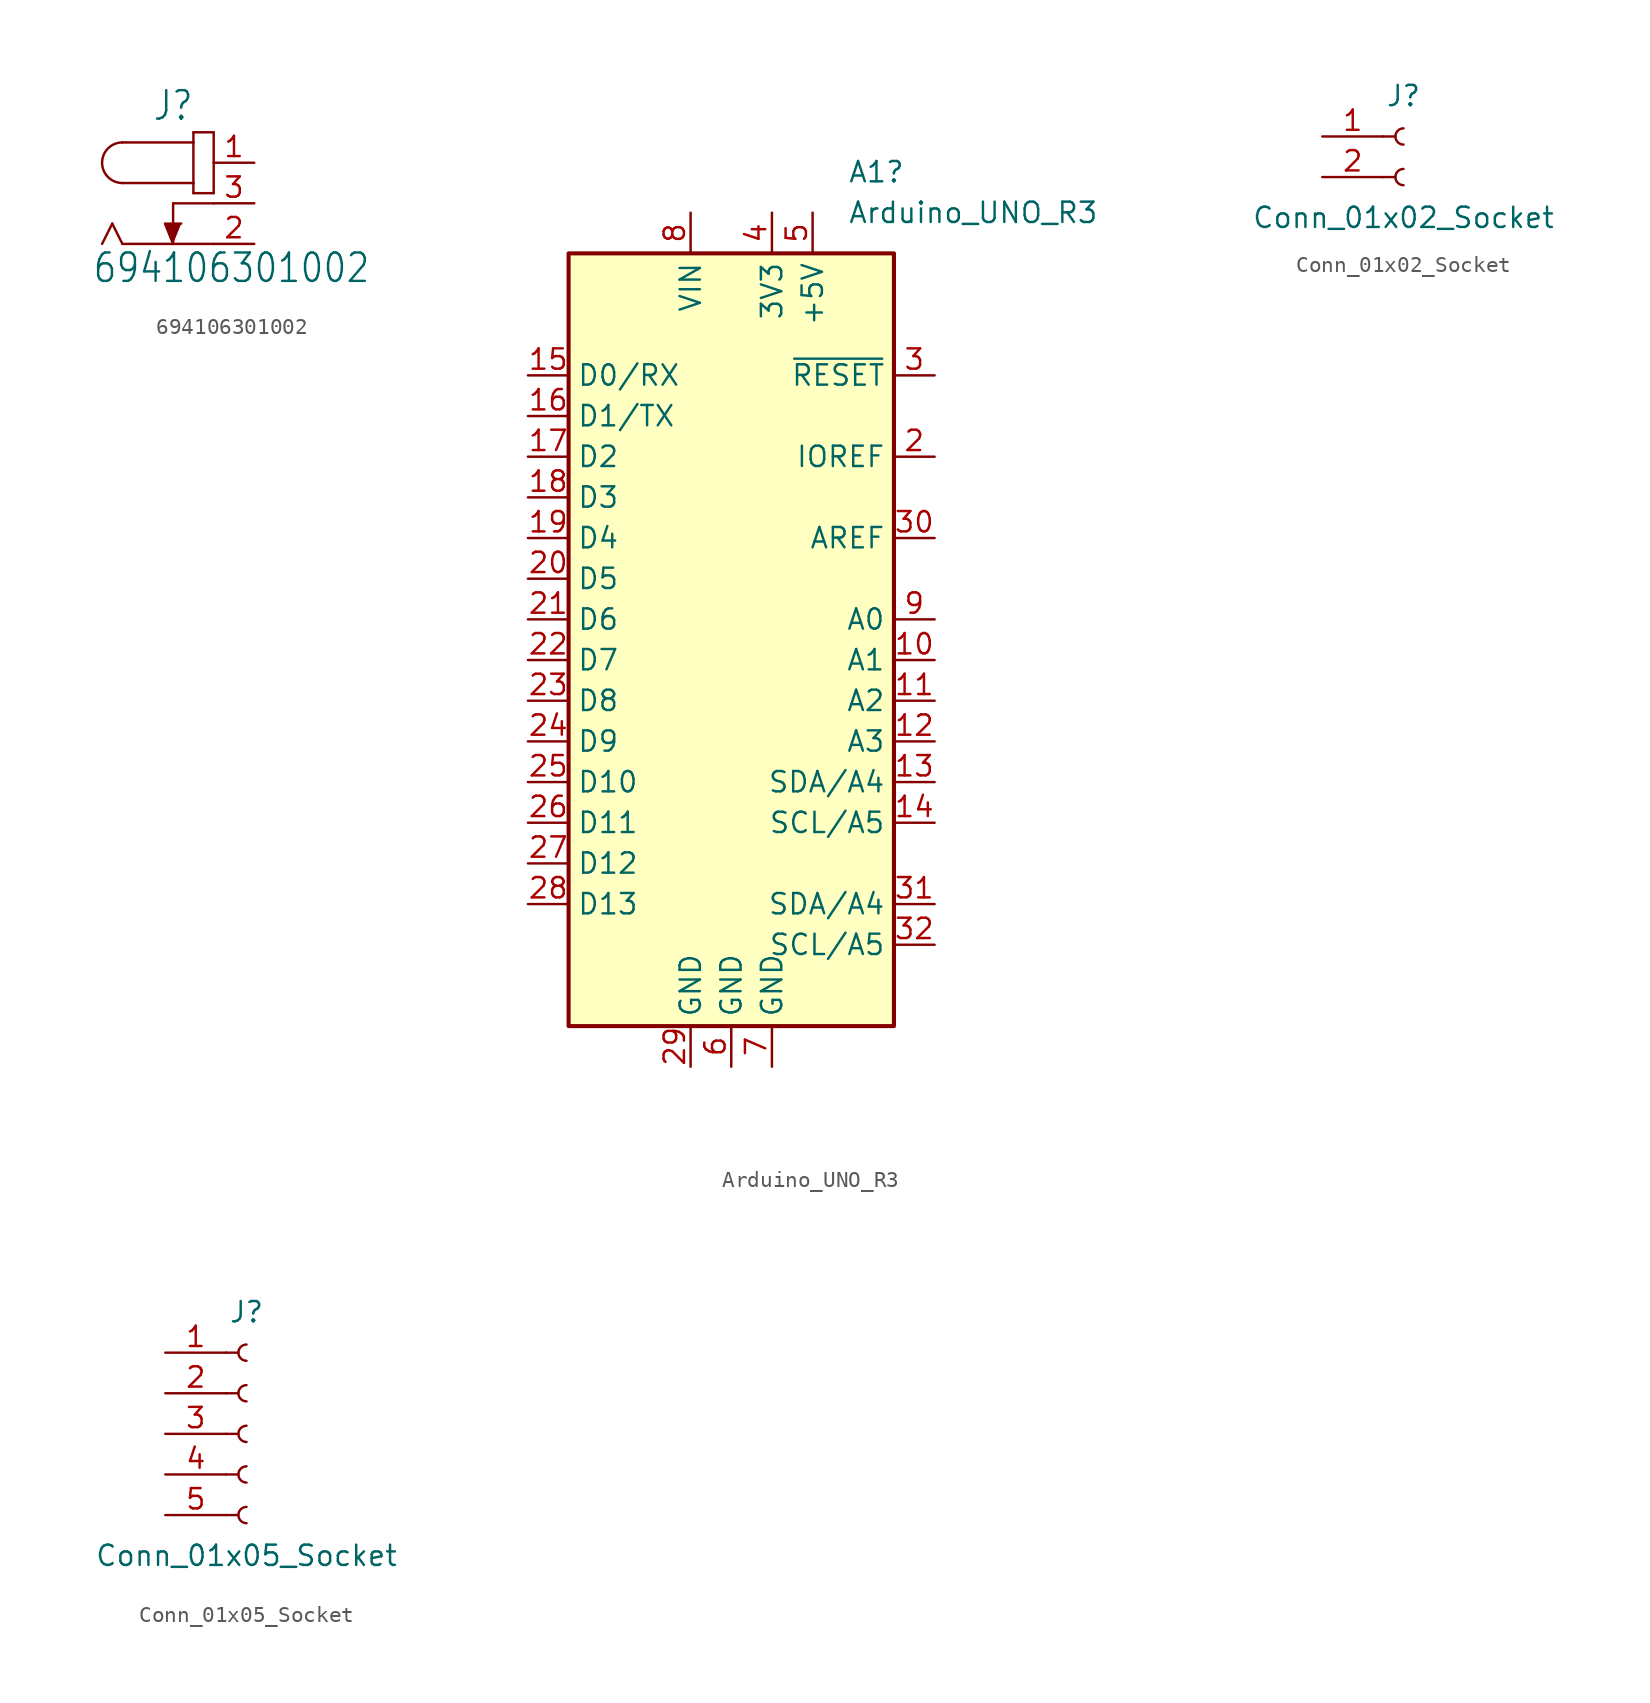
<source format=kicad_sym>
(kicad_symbol_lib
  (version 20231120)
  (generator "kicad_symbol_editor")
  (generator_version "8.0")
  (symbol "694106301002"
    (property "Reference" "J"
      (at 0 2.54 0)
      (effects (font (size 1.778 1.511)) (justify bottom)))
    (property "Value" "694106301002"
      (at -5.08 -7.62 0)
      (effects (font (size 1.778 1.511)) (justify left bottom)))
    (symbol "694106301002_1_0"
      (arc (start -3.175 1.27) (mid -4.445 0) (end -3.175 -1.27) (stroke (width 0.1524) (type solid)) (fill (type none)))
      (polyline (pts (xy -3.81 -3.81) (xy -4.445 -5.08)) (stroke (width 0.152) (type solid)) (fill (type none)))
      (polyline (pts (xy -3.175 -5.08) (xy -3.81 -3.81)) (stroke (width 0.152) (type solid)) (fill (type none)))
      (polyline (pts (xy -3.175 1.27) (xy 1.27 1.27)) (stroke (width 0.152) (type solid)) (fill (type none)))
      (polyline (pts (xy 0 -5.08) (xy -3.175 -5.08)) (stroke (width 0.152) (type solid)) (fill (type none)))
      (polyline (pts (xy 0 -2.54) (xy 0 -5.08)) (stroke (width 0.152) (type solid)) (fill (type none)))
      (polyline (pts (xy 0 -2.54) (xy 2.54 -2.54)) (stroke (width 0.152) (type solid)) (fill (type none)))
      (polyline (pts (xy 1.27 -1.905) (xy 2.54 -1.905)) (stroke (width 0.152) (type solid)) (fill (type none)))
      (polyline (pts (xy 1.27 -1.27) (xy -3.175 -1.27)) (stroke (width 0.152) (type solid)) (fill (type none)))
      (polyline (pts (xy 1.27 -1.27) (xy 1.27 -1.905)) (stroke (width 0.152) (type solid)) (fill (type none)))
      (polyline (pts (xy 1.27 1.27) (xy 1.27 -1.27)) (stroke (width 0.152) (type solid)) (fill (type none)))
      (polyline (pts (xy 1.27 1.905) (xy 1.27 1.27)) (stroke (width 0.152) (type solid)) (fill (type none)))
      (polyline (pts (xy 2.54 -5.08) (xy 0 -5.08)) (stroke (width 0.152) (type solid)) (fill (type none)))
      (polyline (pts (xy 2.54 -1.905) (xy 2.54 1.905)) (stroke (width 0.152) (type solid)) (fill (type none)))
      (polyline (pts (xy 2.54 1.905) (xy 1.27 1.905)) (stroke (width 0.152) (type solid)) (fill (type none)))
      (polyline (pts (xy 0 -5.08) (xy -0.508 -3.81) (xy 0.508 -3.81)) (stroke (width 0.152) (type solid)) (fill (type outline)))
      (pin passive line (at 5.08 0 180) (length 2.54) (name "1" (effects (font (size 0 0)))) (number "1" (effects (font (size 1.27 1.27)))))
      (pin passive line (at 5.08 -5.08 180) (length 2.54) (name "2" (effects (font (size 0 0)))) (number "2" (effects (font (size 1.27 1.27)))))
      (pin passive line (at 5.08 -2.54 180) (length 2.54) (name "3" (effects (font (size 0 0)))) (number "3" (effects (font (size 1.27 1.27)))))))
  (symbol "Arduino_UNO_R3"
    (property "Reference" "A1"
      (at 7.274 27.94 0)
      (effects (font (size 1.27 1.27)) (justify left)))
    (property "Value" "Arduino_UNO_R3"
      (at 7.274 25.4 0)
      (effects (font (size 1.27 1.27)) (justify left)))
    (symbol "Arduino_UNO_R3_0_1"
      (rectangle (start -10.16 22.86) (end 10.16 -25.4) (stroke (width 0.254) (type default)) (fill (type background))))
    (symbol "Arduino_UNO_R3_1_1"
      (pin no_connect line (at -10.16 -20.32 0) (length 2.54) hide (name "NC" (effects (font (size 1.27 1.27)))) (number "1" (effects (font (size 1.27 1.27)))))
      (pin bidirectional line (at 12.7 -2.54 180) (length 2.54) (name "A1" (effects (font (size 1.27 1.27)))) (number "10" (effects (font (size 1.27 1.27)))))
      (pin bidirectional line (at 12.7 -5.08 180) (length 2.54) (name "A2" (effects (font (size 1.27 1.27)))) (number "11" (effects (font (size 1.27 1.27)))))
      (pin bidirectional line (at 12.7 -7.62 180) (length 2.54) (name "A3" (effects (font (size 1.27 1.27)))) (number "12" (effects (font (size 1.27 1.27)))))
      (pin bidirectional line (at 12.7 -10.16 180) (length 2.54) (name "SDA/A4" (effects (font (size 1.27 1.27)))) (number "13" (effects (font (size 1.27 1.27)))))
      (pin bidirectional line (at 12.7 -12.7 180) (length 2.54) (name "SCL/A5" (effects (font (size 1.27 1.27)))) (number "14" (effects (font (size 1.27 1.27)))))
      (pin bidirectional line (at -12.7 15.24 0) (length 2.54) (name "D0/RX" (effects (font (size 1.27 1.27)))) (number "15" (effects (font (size 1.27 1.27)))))
      (pin bidirectional line (at -12.7 12.7 0) (length 2.54) (name "D1/TX" (effects (font (size 1.27 1.27)))) (number "16" (effects (font (size 1.27 1.27)))))
      (pin bidirectional line (at -12.7 10.16 0) (length 2.54) (name "D2" (effects (font (size 1.27 1.27)))) (number "17" (effects (font (size 1.27 1.27)))))
      (pin bidirectional line (at -12.7 7.62 0) (length 2.54) (name "D3" (effects (font (size 1.27 1.27)))) (number "18" (effects (font (size 1.27 1.27)))))
      (pin bidirectional line (at -12.7 5.08 0) (length 2.54) (name "D4" (effects (font (size 1.27 1.27)))) (number "19" (effects (font (size 1.27 1.27)))))
      (pin output line (at 12.7 10.16 180) (length 2.54) (name "IOREF" (effects (font (size 1.27 1.27)))) (number "2" (effects (font (size 1.27 1.27)))))
      (pin bidirectional line (at -12.7 2.54 0) (length 2.54) (name "D5" (effects (font (size 1.27 1.27)))) (number "20" (effects (font (size 1.27 1.27)))))
      (pin bidirectional line (at -12.7 0 0) (length 2.54) (name "D6" (effects (font (size 1.27 1.27)))) (number "21" (effects (font (size 1.27 1.27)))))
      (pin bidirectional line (at -12.7 -2.54 0) (length 2.54) (name "D7" (effects (font (size 1.27 1.27)))) (number "22" (effects (font (size 1.27 1.27)))))
      (pin bidirectional line (at -12.7 -5.08 0) (length 2.54) (name "D8" (effects (font (size 1.27 1.27)))) (number "23" (effects (font (size 1.27 1.27)))))
      (pin bidirectional line (at -12.7 -7.62 0) (length 2.54) (name "D9" (effects (font (size 1.27 1.27)))) (number "24" (effects (font (size 1.27 1.27)))))
      (pin bidirectional line (at -12.7 -10.16 0) (length 2.54) (name "D10" (effects (font (size 1.27 1.27)))) (number "25" (effects (font (size 1.27 1.27)))))
      (pin bidirectional line (at -12.7 -12.7 0) (length 2.54) (name "D11" (effects (font (size 1.27 1.27)))) (number "26" (effects (font (size 1.27 1.27)))))
      (pin bidirectional line (at -12.7 -15.24 0) (length 2.54) (name "D12" (effects (font (size 1.27 1.27)))) (number "27" (effects (font (size 1.27 1.27)))))
      (pin bidirectional line (at -12.7 -17.78 0) (length 2.54) (name "D13" (effects (font (size 1.27 1.27)))) (number "28" (effects (font (size 1.27 1.27)))))
      (pin power_in line (at -2.54 -27.94 90) (length 2.54) (name "GND" (effects (font (size 1.27 1.27)))) (number "29" (effects (font (size 1.27 1.27)))))
      (pin input line (at 12.7 15.24 180) (length 2.54) (name "~{RESET}" (effects (font (size 1.27 1.27)))) (number "3" (effects (font (size 1.27 1.27)))))
      (pin input line (at 12.7 5.08 180) (length 2.54) (name "AREF" (effects (font (size 1.27 1.27)))) (number "30" (effects (font (size 1.27 1.27)))))
      (pin bidirectional line (at 12.7 -17.78 180) (length 2.54) (name "SDA/A4" (effects (font (size 1.27 1.27)))) (number "31" (effects (font (size 1.27 1.27)))))
      (pin bidirectional line (at 12.7 -20.32 180) (length 2.54) (name "SCL/A5" (effects (font (size 1.27 1.27)))) (number "32" (effects (font (size 1.27 1.27)))))
      (pin power_out line (at 2.54 25.4 270) (length 2.54) (name "3V3" (effects (font (size 1.27 1.27)))) (number "4" (effects (font (size 1.27 1.27)))))
      (pin power_out line (at 5.08 25.4 270) (length 2.54) (name "+5V" (effects (font (size 1.27 1.27)))) (number "5" (effects (font (size 1.27 1.27)))))
      (pin power_in line (at 0 -27.94 90) (length 2.54) (name "GND" (effects (font (size 1.27 1.27)))) (number "6" (effects (font (size 1.27 1.27)))))
      (pin power_in line (at 2.54 -27.94 90) (length 2.54) (name "GND" (effects (font (size 1.27 1.27)))) (number "7" (effects (font (size 1.27 1.27)))))
      (pin power_in line (at -2.54 25.4 270) (length 2.54) (name "VIN" (effects (font (size 1.27 1.27)))) (number "8" (effects (font (size 1.27 1.27)))))
      (pin bidirectional line (at 12.7 0 180) (length 2.54) (name "A0" (effects (font (size 1.27 1.27)))) (number "9" (effects (font (size 1.27 1.27)))))))
  (symbol "Conn_01x02_Socket"
    (pin_names
      (offset 1.016) hide)
    (property "Reference" "J"
      (at 0 2.54 0)
      (effects (font (size 1.27 1.27))))
    (property "Value" "Conn_01x02_Socket"
      (at 0 -5.08 0)
      (effects (font (size 1.27 1.27))))
    (symbol "Conn_01x02_Socket_1_1"
      (arc (start 0 -2.032) (mid -0.5058 -2.54) (end 0 -3.048) (stroke (width 0.1524) (type default)) (fill (type none)))
      (polyline (pts (xy -1.27 -2.54) (xy -0.508 -2.54)) (stroke (width 0.152) (type default)) (fill (type none)))
      (polyline (pts (xy -1.27 0) (xy -0.508 0)) (stroke (width 0.152) (type default)) (fill (type none)))
      (arc (start 0 0.508) (mid -0.5058 0) (end 0 -0.508) (stroke (width 0.1524) (type default)) (fill (type none)))
      (pin passive line (at -5.08 0 0) (length 3.81) (name "Pin_1" (effects (font (size 1.27 1.27)))) (number "1" (effects (font (size 1.27 1.27)))))
      (pin passive line (at -5.08 -2.54 0) (length 3.81) (name "Pin_2" (effects (font (size 1.27 1.27)))) (number "2" (effects (font (size 1.27 1.27)))))))
  (symbol "Conn_01x05_Socket"
    (pin_names
      (offset 1.016) hide)
    (property "Reference" "J"
      (at 0 7.62 0)
      (effects (font (size 1.27 1.27))))
    (property "Value" "Conn_01x05_Socket"
      (at 0 -7.62 0)
      (effects (font (size 1.27 1.27))))
    (symbol "Conn_01x05_Socket_1_1"
      (arc (start 0 -4.572) (mid -0.5058 -5.08) (end 0 -5.588) (stroke (width 0.1524) (type default)) (fill (type none)))
      (arc (start 0 -2.032) (mid -0.5058 -2.54) (end 0 -3.048) (stroke (width 0.1524) (type default)) (fill (type none)))
      (polyline (pts (xy -1.27 -5.08) (xy -0.508 -5.08)) (stroke (width 0.152) (type default)) (fill (type none)))
      (polyline (pts (xy -1.27 -2.54) (xy -0.508 -2.54)) (stroke (width 0.152) (type default)) (fill (type none)))
      (polyline (pts (xy -1.27 0) (xy -0.508 0)) (stroke (width 0.152) (type default)) (fill (type none)))
      (polyline (pts (xy -1.27 2.54) (xy -0.508 2.54)) (stroke (width 0.152) (type default)) (fill (type none)))
      (polyline (pts (xy -1.27 5.08) (xy -0.508 5.08)) (stroke (width 0.152) (type default)) (fill (type none)))
      (arc (start 0 0.508) (mid -0.5058 0) (end 0 -0.508) (stroke (width 0.1524) (type default)) (fill (type none)))
      (arc (start 0 3.048) (mid -0.5058 2.54) (end 0 2.032) (stroke (width 0.1524) (type default)) (fill (type none)))
      (arc (start 0 5.588) (mid -0.5058 5.08) (end 0 4.572) (stroke (width 0.1524) (type default)) (fill (type none)))
      (pin passive line (at -5.08 5.08 0) (length 3.81) (name "Pin_1" (effects (font (size 1.27 1.27)))) (number "1" (effects (font (size 1.27 1.27)))))
      (pin passive line (at -5.08 2.54 0) (length 3.81) (name "Pin_2" (effects (font (size 1.27 1.27)))) (number "2" (effects (font (size 1.27 1.27)))))
      (pin passive line (at -5.08 0 0) (length 3.81) (name "Pin_3" (effects (font (size 1.27 1.27)))) (number "3" (effects (font (size 1.27 1.27)))))
      (pin passive line (at -5.08 -2.54 0) (length 3.81) (name "Pin_4" (effects (font (size 1.27 1.27)))) (number "4" (effects (font (size 1.27 1.27)))))
      (pin passive line (at -5.08 -5.08 0) (length 3.81) (name "Pin_5" (effects (font (size 1.27 1.27)))) (number "5" (effects (font (size 1.27 1.27))))))))
</source>
